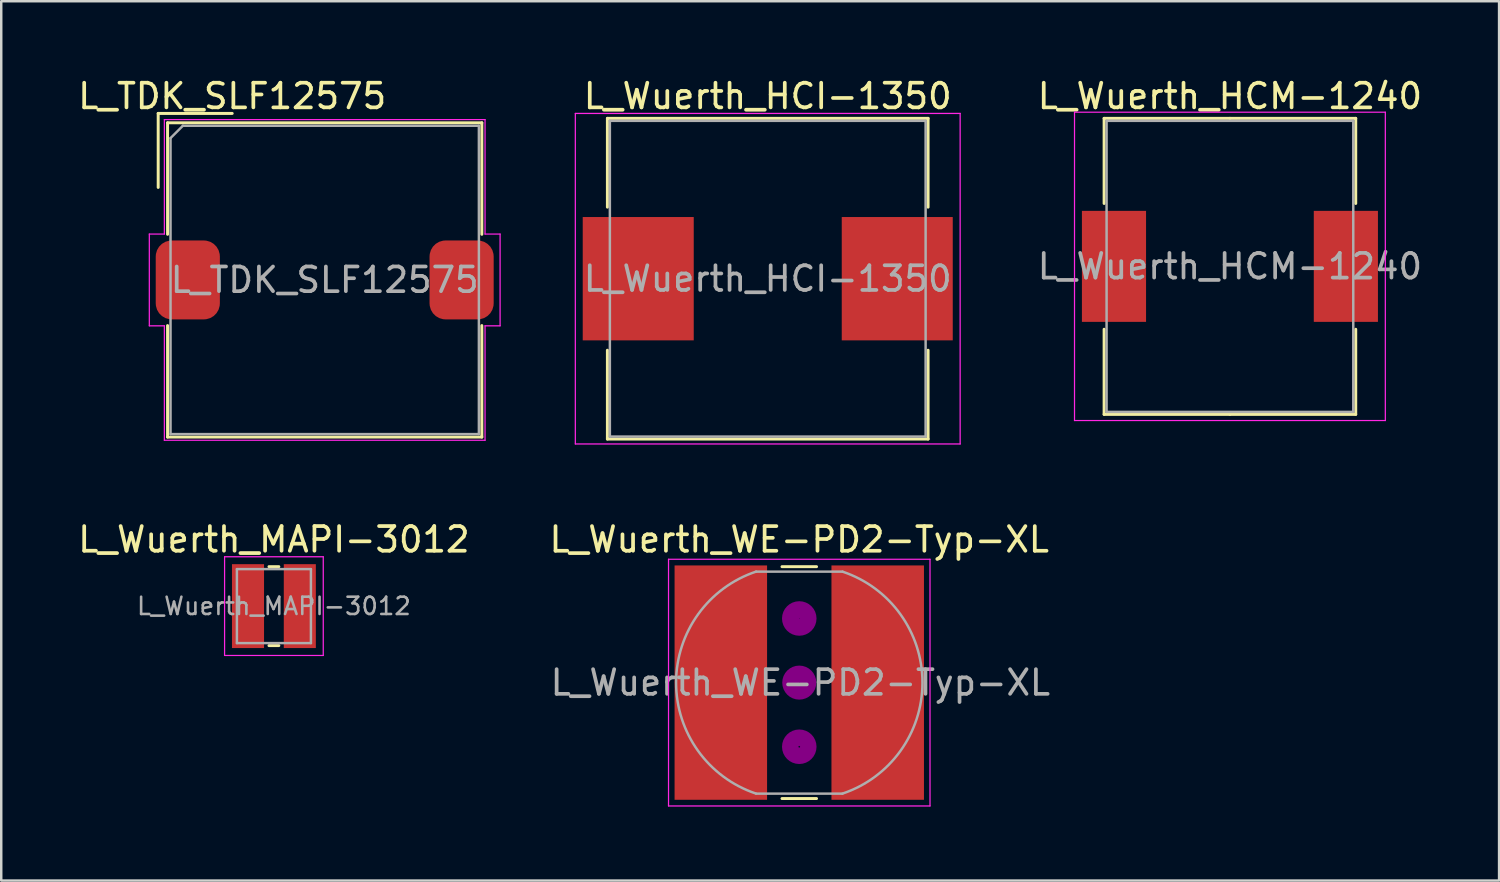
<source format=kicad_pcb>
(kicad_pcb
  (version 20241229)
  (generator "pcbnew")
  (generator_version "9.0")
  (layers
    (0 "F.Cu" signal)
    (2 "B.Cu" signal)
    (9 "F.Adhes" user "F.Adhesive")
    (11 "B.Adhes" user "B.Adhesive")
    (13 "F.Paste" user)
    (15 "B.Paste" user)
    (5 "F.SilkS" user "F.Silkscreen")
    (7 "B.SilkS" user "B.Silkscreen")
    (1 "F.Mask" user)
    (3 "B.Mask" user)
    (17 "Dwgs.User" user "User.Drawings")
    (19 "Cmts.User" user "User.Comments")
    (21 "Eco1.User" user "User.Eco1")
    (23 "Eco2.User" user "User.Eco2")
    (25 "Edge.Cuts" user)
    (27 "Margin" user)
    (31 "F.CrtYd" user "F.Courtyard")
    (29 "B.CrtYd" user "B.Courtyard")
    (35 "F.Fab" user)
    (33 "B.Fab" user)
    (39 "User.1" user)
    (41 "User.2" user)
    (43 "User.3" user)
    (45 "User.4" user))
  (footprint "L_TDK_SLF12575"
    (layer "F.Cu")
    (at 10.113 8.298)
    (property "Reference" "L_TDK_SLF12575" (at -3.75 -7.45 0) (layer "F.SilkS") (effects (font (size 1 1) (thickness 0.15))))
    (attr smd)
    (fp_line (start -6.75 -6.75) (end -3.75 -6.75) (stroke (width 0.12) (type solid)) (layer "F.SilkS"))
    (fp_line (start -6.75 -3.75) (end -6.75 -6.75) (stroke (width 0.12) (type solid)) (layer "F.SilkS"))
    (fp_line (start -6.37 -6.37) (end -6.37 -1.85) (stroke (width 0.12) (type solid)) (layer "F.SilkS"))
    (fp_line (start -6.37 -6.37) (end 6.37 -6.37) (stroke (width 0.12) (type solid)) (layer "F.SilkS"))
    (fp_line (start -6.37 1.85) (end -6.37 6.37) (stroke (width 0.12) (type solid)) (layer "F.SilkS"))
    (fp_line (start -6.37 6.37) (end 6.37 6.37) (stroke (width 0.12) (type solid)) (layer "F.SilkS"))
    (fp_line (start 6.37 -6.37) (end 6.37 -1.85) (stroke (width 0.12) (type solid)) (layer "F.SilkS"))
    (fp_line (start 6.37 1.85) (end 6.37 6.37) (stroke (width 0.12) (type solid)) (layer "F.SilkS"))
    (fp_line (start -7.11 -1.86) (end -7.11 1.86) (stroke (width 0.05) (type solid)) (layer "F.CrtYd"))
    (fp_line (start -7.11 1.86) (end -6.5 1.86) (stroke (width 0.05) (type solid)) (layer "F.CrtYd"))
    (fp_line (start -6.5 -6.5) (end -6.5 -1.86) (stroke (width 0.05) (type solid)) (layer "F.CrtYd"))
    (fp_line (start -6.5 -6.5) (end 6.5 -6.5) (stroke (width 0.05) (type solid)) (layer "F.CrtYd"))
    (fp_line (start -6.5 -1.86) (end -7.11 -1.86) (stroke (width 0.05) (type solid)) (layer "F.CrtYd"))
    (fp_line (start -6.5 1.86) (end -6.5 6.5) (stroke (width 0.05) (type solid)) (layer "F.CrtYd"))
    (fp_line (start -6.5 6.5) (end 6.5 6.5) (stroke (width 0.05) (type solid)) (layer "F.CrtYd"))
    (fp_line (start 6.5 -6.5) (end 6.5 -1.86) (stroke (width 0.05) (type solid)) (layer "F.CrtYd"))
    (fp_line (start 6.5 -1.86) (end 7.11 -1.86) (stroke (width 0.05) (type solid)) (layer "F.CrtYd"))
    (fp_line (start 6.5 1.86) (end 6.5 6.5) (stroke (width 0.05) (type solid)) (layer "F.CrtYd"))
    (fp_line (start 7.11 -1.86) (end 7.11 1.86) (stroke (width 0.05) (type solid)) (layer "F.CrtYd"))
    (fp_line (start 7.11 1.86) (end 6.5 1.86) (stroke (width 0.05) (type solid)) (layer "F.CrtYd"))
    (fp_line (start -6.25 -5.75) (end -5.75 -6.25) (stroke (width 0.1) (type solid)) (layer "F.Fab"))
    (fp_line (start -6.25 6.25) (end -6.25 -5.75) (stroke (width 0.1) (type solid)) (layer "F.Fab"))
    (fp_line (start -5.75 -6.25) (end 6.25 -6.25) (stroke (width 0.1) (type solid)) (layer "F.Fab"))
    (fp_line (start 6.25 -6.25) (end 6.25 6.25) (stroke (width 0.1) (type solid)) (layer "F.Fab"))
    (fp_line (start 6.25 6.25) (end -6.25 6.25) (stroke (width 0.1) (type solid)) (layer "F.Fab"))
    (fp_text user "${REFERENCE}" (at 0 0 0) (layer "F.Fab") (effects (font (size 1 1) (thickness 0.15))))
    (pad "1" smd roundrect (at -5.55 0) (size 2.6 3.2) (layers "F.Cu" "F.Mask" "F.Paste") (roundrect_rratio 0.25))
    (pad "2" smd roundrect (at 5.55 0) (size 2.6 3.2) (layers "F.Cu" "F.Mask" "F.Paste") (roundrect_rratio 0.25)))
  (footprint "L_Wuerth_WE-PD2-Typ-XL"
    (layer "F.Cu")
    (at 29.351 24.622)
    (property "Reference" "L_Wuerth_WE-PD2-Typ-XL" (at 0 -5.8 0) (layer "F.SilkS") (effects (font (size 1 1) (thickness 0.15))))
    (attr smd)
    (fp_line (start -0.7 -4.7) (end 0.7 -4.7) (stroke (width 0.12) (type solid)) (layer "F.SilkS"))
    (fp_line (start -0.7 4.7) (end 0.7 4.7) (stroke (width 0.12) (type solid)) (layer "F.SilkS"))
    (fp_circle (center 0 -2.6) (end 0.2 -2.6) (stroke (width 0.38) (type solid)) (fill no) (layer "F.Adhes"))
    (fp_circle (center 0 -2.6) (end 0.5 -2.5) (stroke (width 0.38) (type solid)) (fill no) (layer "F.Adhes"))
    (fp_circle (center 0 0) (end 0.2 0) (stroke (width 0.38) (type solid)) (fill no) (layer "F.Adhes"))
    (fp_circle (center 0 0) (end 0.5 0) (stroke (width 0.38) (type solid)) (fill no) (layer "F.Adhes"))
    (fp_circle (center 0 2.6) (end 0.1 2.8) (stroke (width 0.38) (type solid)) (fill no) (layer "F.Adhes"))
    (fp_circle (center 0 2.6) (end 0.5 2.7) (stroke (width 0.38) (type solid)) (fill no) (layer "F.Adhes"))
    (fp_line (start -5.3 -5) (end -5.3 5) (stroke (width 0.05) (type solid)) (layer "F.CrtYd"))
    (fp_line (start -5.3 5) (end 5.3 5) (stroke (width 0.05) (type solid)) (layer "F.CrtYd"))
    (fp_line (start 5.3 -5) (end -5.3 -5) (stroke (width 0.05) (type solid)) (layer "F.CrtYd"))
    (fp_line (start 5.3 5) (end 5.3 -5) (stroke (width 0.05) (type solid)) (layer "F.CrtYd"))
    (fp_line (start -1.75 4.5) (end 1.75 4.5) (stroke (width 0.1) (type solid)) (layer "F.Fab"))
    (fp_line (start 1.75 -4.5) (end -1.75 -4.5) (stroke (width 0.1) (type solid)) (layer "F.Fab"))
    (fp_arc (start -1.760214 4.496582) (mid -4.993413 -0.005385) (end -1.75 -4.5) (stroke (width 0.1) (type solid)) (layer "F.Fab"))
    (fp_arc (start 1.760214 -4.496582) (mid 4.993413 0.005385) (end 1.75 4.5) (stroke (width 0.1) (type solid)) (layer "F.Fab"))
    (fp_text user "${REFERENCE}" (at 0.045 0 0) (layer "F.Fab") (effects (font (size 1 1) (thickness 0.15))))
    (pad "1" smd rect (at -3.18 0) (size 3.75 9.5) (layers "F.Cu" "F.Mask" "F.Paste"))
    (pad "2" smd rect (at 3.18 0) (size 3.75 9.5) (layers "F.Cu" "F.Mask" "F.Paste")))
  (footprint "L_Wuerth_HCI-1350"
    (layer "F.Cu")
    (at 28.073 8.248)
    (property "Reference" "L_Wuerth_HCI-1350" (at 0 -7.4 0) (layer "F.SilkS") (effects (font (size 1 1) (thickness 0.15))))
    (attr smd)
    (fp_line (start -6.5 -6.5) (end 6.5 -6.5) (stroke (width 0.12) (type solid)) (layer "F.SilkS"))
    (fp_line (start -6.5 -2.9) (end -6.5 -6.5) (stroke (width 0.12) (type solid)) (layer "F.SilkS"))
    (fp_line (start -6.5 2.9) (end -6.5 6.5) (stroke (width 0.12) (type solid)) (layer "F.SilkS"))
    (fp_line (start -6.5 6.5) (end 6.5 6.5) (stroke (width 0.12) (type solid)) (layer "F.SilkS"))
    (fp_line (start 6.5 -6.5) (end 6.5 -2.9) (stroke (width 0.12) (type solid)) (layer "F.SilkS"))
    (fp_line (start 6.5 6.5) (end 6.5 2.9) (stroke (width 0.12) (type solid)) (layer "F.SilkS"))
    (fp_line (start -7.8 -6.7) (end -7.8 6.7) (stroke (width 0.05) (type solid)) (layer "F.CrtYd"))
    (fp_line (start -7.8 6.7) (end 7.8 6.7) (stroke (width 0.05) (type solid)) (layer "F.CrtYd"))
    (fp_line (start 7.8 -6.7) (end -7.8 -6.7) (stroke (width 0.05) (type solid)) (layer "F.CrtYd"))
    (fp_line (start 7.8 6.7) (end 7.8 -6.7) (stroke (width 0.05) (type solid)) (layer "F.CrtYd"))
    (fp_line (start -6.4 -6.4) (end -6.4 6.4) (stroke (width 0.1) (type solid)) (layer "F.Fab"))
    (fp_line (start -6.4 6.4) (end 6.4 6.4) (stroke (width 0.1) (type solid)) (layer "F.Fab"))
    (fp_line (start 6.4 -6.4) (end -6.4 -6.4) (stroke (width 0.1) (type solid)) (layer "F.Fab"))
    (fp_line (start 6.4 6.4) (end 6.4 -6.4) (stroke (width 0.1) (type solid)) (layer "F.Fab"))
    (fp_text user "${REFERENCE}" (at 0 0 0) (layer "F.Fab") (effects (font (size 1 1) (thickness 0.15))))
    (pad "1" smd rect (at -5.25 0) (size 4.5 5) (layers "F.Cu" "F.Mask" "F.Paste"))
    (pad "2" smd rect (at 5.25 0) (size 4.5 5) (layers "F.Cu" "F.Mask" "F.Paste")))
  (footprint "L_Wuerth_HCM-1240"
    (layer "F.Cu")
    (at 46.809 7.748)
    (property "Reference" "L_Wuerth_HCM-1240" (at 0 -6.9 0) (layer "F.SilkS") (effects (font (size 1 1) (thickness 0.15))))
    (attr smd)
    (fp_line (start -5.1 -6) (end 0 -6) (stroke (width 0.12) (type solid)) (layer "F.SilkS"))
    (fp_line (start -5.1 -2.55) (end -5.1 -6) (stroke (width 0.12) (type solid)) (layer "F.SilkS"))
    (fp_line (start -5.1 2.55) (end -5.1 6) (stroke (width 0.12) (type solid)) (layer "F.SilkS"))
    (fp_line (start -5.1 6) (end 0 6) (stroke (width 0.12) (type solid)) (layer "F.SilkS"))
    (fp_line (start 5.1 -6) (end 0 -6) (stroke (width 0.12) (type solid)) (layer "F.SilkS"))
    (fp_line (start 5.1 -2.55) (end 5.1 -6) (stroke (width 0.12) (type solid)) (layer "F.SilkS"))
    (fp_line (start 5.1 2.55) (end 5.1 6) (stroke (width 0.12) (type solid)) (layer "F.SilkS"))
    (fp_line (start 5.1 6) (end 0 6) (stroke (width 0.12) (type solid)) (layer "F.SilkS"))
    (fp_line (start -6.3 -6.25) (end -6.3 6.25) (stroke (width 0.05) (type solid)) (layer "F.CrtYd"))
    (fp_line (start -6.3 6.25) (end 6.3 6.25) (stroke (width 0.05) (type solid)) (layer "F.CrtYd"))
    (fp_line (start 6.3 -6.25) (end -6.3 -6.25) (stroke (width 0.05) (type solid)) (layer "F.CrtYd"))
    (fp_line (start 6.3 6.25) (end 6.3 -6.25) (stroke (width 0.05) (type solid)) (layer "F.CrtYd"))
    (fp_line (start -5 -5.9) (end -5 5.9) (stroke (width 0.1) (type solid)) (layer "F.Fab"))
    (fp_line (start -5 5.9) (end 5 5.9) (stroke (width 0.1) (type solid)) (layer "F.Fab"))
    (fp_line (start 5 -5.9) (end -5 -5.9) (stroke (width 0.1) (type solid)) (layer "F.Fab"))
    (fp_line (start 5 5.9) (end 5 -5.9) (stroke (width 0.1) (type solid)) (layer "F.Fab"))
    (fp_text user "${REFERENCE}" (at 0 0 0) (layer "F.Fab") (effects (font (size 1 1) (thickness 0.15))))
    (pad "1" smd rect (at -4.7 0) (size 2.6 4.5) (layers "F.Cu" "F.Mask" "F.Paste"))
    (pad "2" smd rect (at 4.7 0) (size 2.6 4.5) (layers "F.Cu" "F.Mask" "F.Paste")))
  (footprint "L_Wuerth_MAPI-3012"
    (layer "F.Cu")
    (at 8.054 21.521)
    (property "Reference" "L_Wuerth_MAPI-3012" (at 0 -2.7 0) (layer "F.SilkS") (effects (font (size 1 1) (thickness 0.15))))
    (attr smd)
    (fp_line (start -0.2 -1.6) (end 0.2 -1.6) (stroke (width 0.12) (type solid)) (layer "F.SilkS"))
    (fp_line (start -0.2 1.6) (end 0.2 1.6) (stroke (width 0.12) (type solid)) (layer "F.SilkS"))
    (fp_line (start -2 -2) (end -2 2) (stroke (width 0.05) (type solid)) (layer "F.CrtYd"))
    (fp_line (start -2 2) (end 2 2) (stroke (width 0.05) (type solid)) (layer "F.CrtYd"))
    (fp_line (start 2 -2) (end -2 -2) (stroke (width 0.05) (type solid)) (layer "F.CrtYd"))
    (fp_line (start 2 2) (end 2 -2) (stroke (width 0.05) (type solid)) (layer "F.CrtYd"))
    (fp_line (start -1.5 -1.5) (end -1.5 1.5) (stroke (width 0.1) (type solid)) (layer "F.Fab"))
    (fp_line (start -1.5 1.5) (end 1.5 1.5) (stroke (width 0.1) (type solid)) (layer "F.Fab"))
    (fp_line (start 1.5 -1.5) (end -1.5 -1.5) (stroke (width 0.1) (type solid)) (layer "F.Fab"))
    (fp_line (start 1.5 1.5) (end 1.5 -1.5) (stroke (width 0.1) (type solid)) (layer "F.Fab"))
    (fp_text user "${REFERENCE}" (at 0 0 0) (layer "F.Fab") (effects (font (size 0.7 0.7) (thickness 0.105))))
    (pad "1" smd rect (at -1.05 0) (size 1.3 3.4) (layers "F.Cu" "F.Mask" "F.Paste"))
    (pad "2" smd rect (at 1.05 0) (size 1.3 3.4) (layers "F.Cu" "F.Mask" "F.Paste")))
  (gr_rect
    (start -3 -3)
    (end 57.72 32.647)
    (stroke (width 0.1) (type default))
    (fill no)
    (layer "Edge.Cuts")))
</source>
